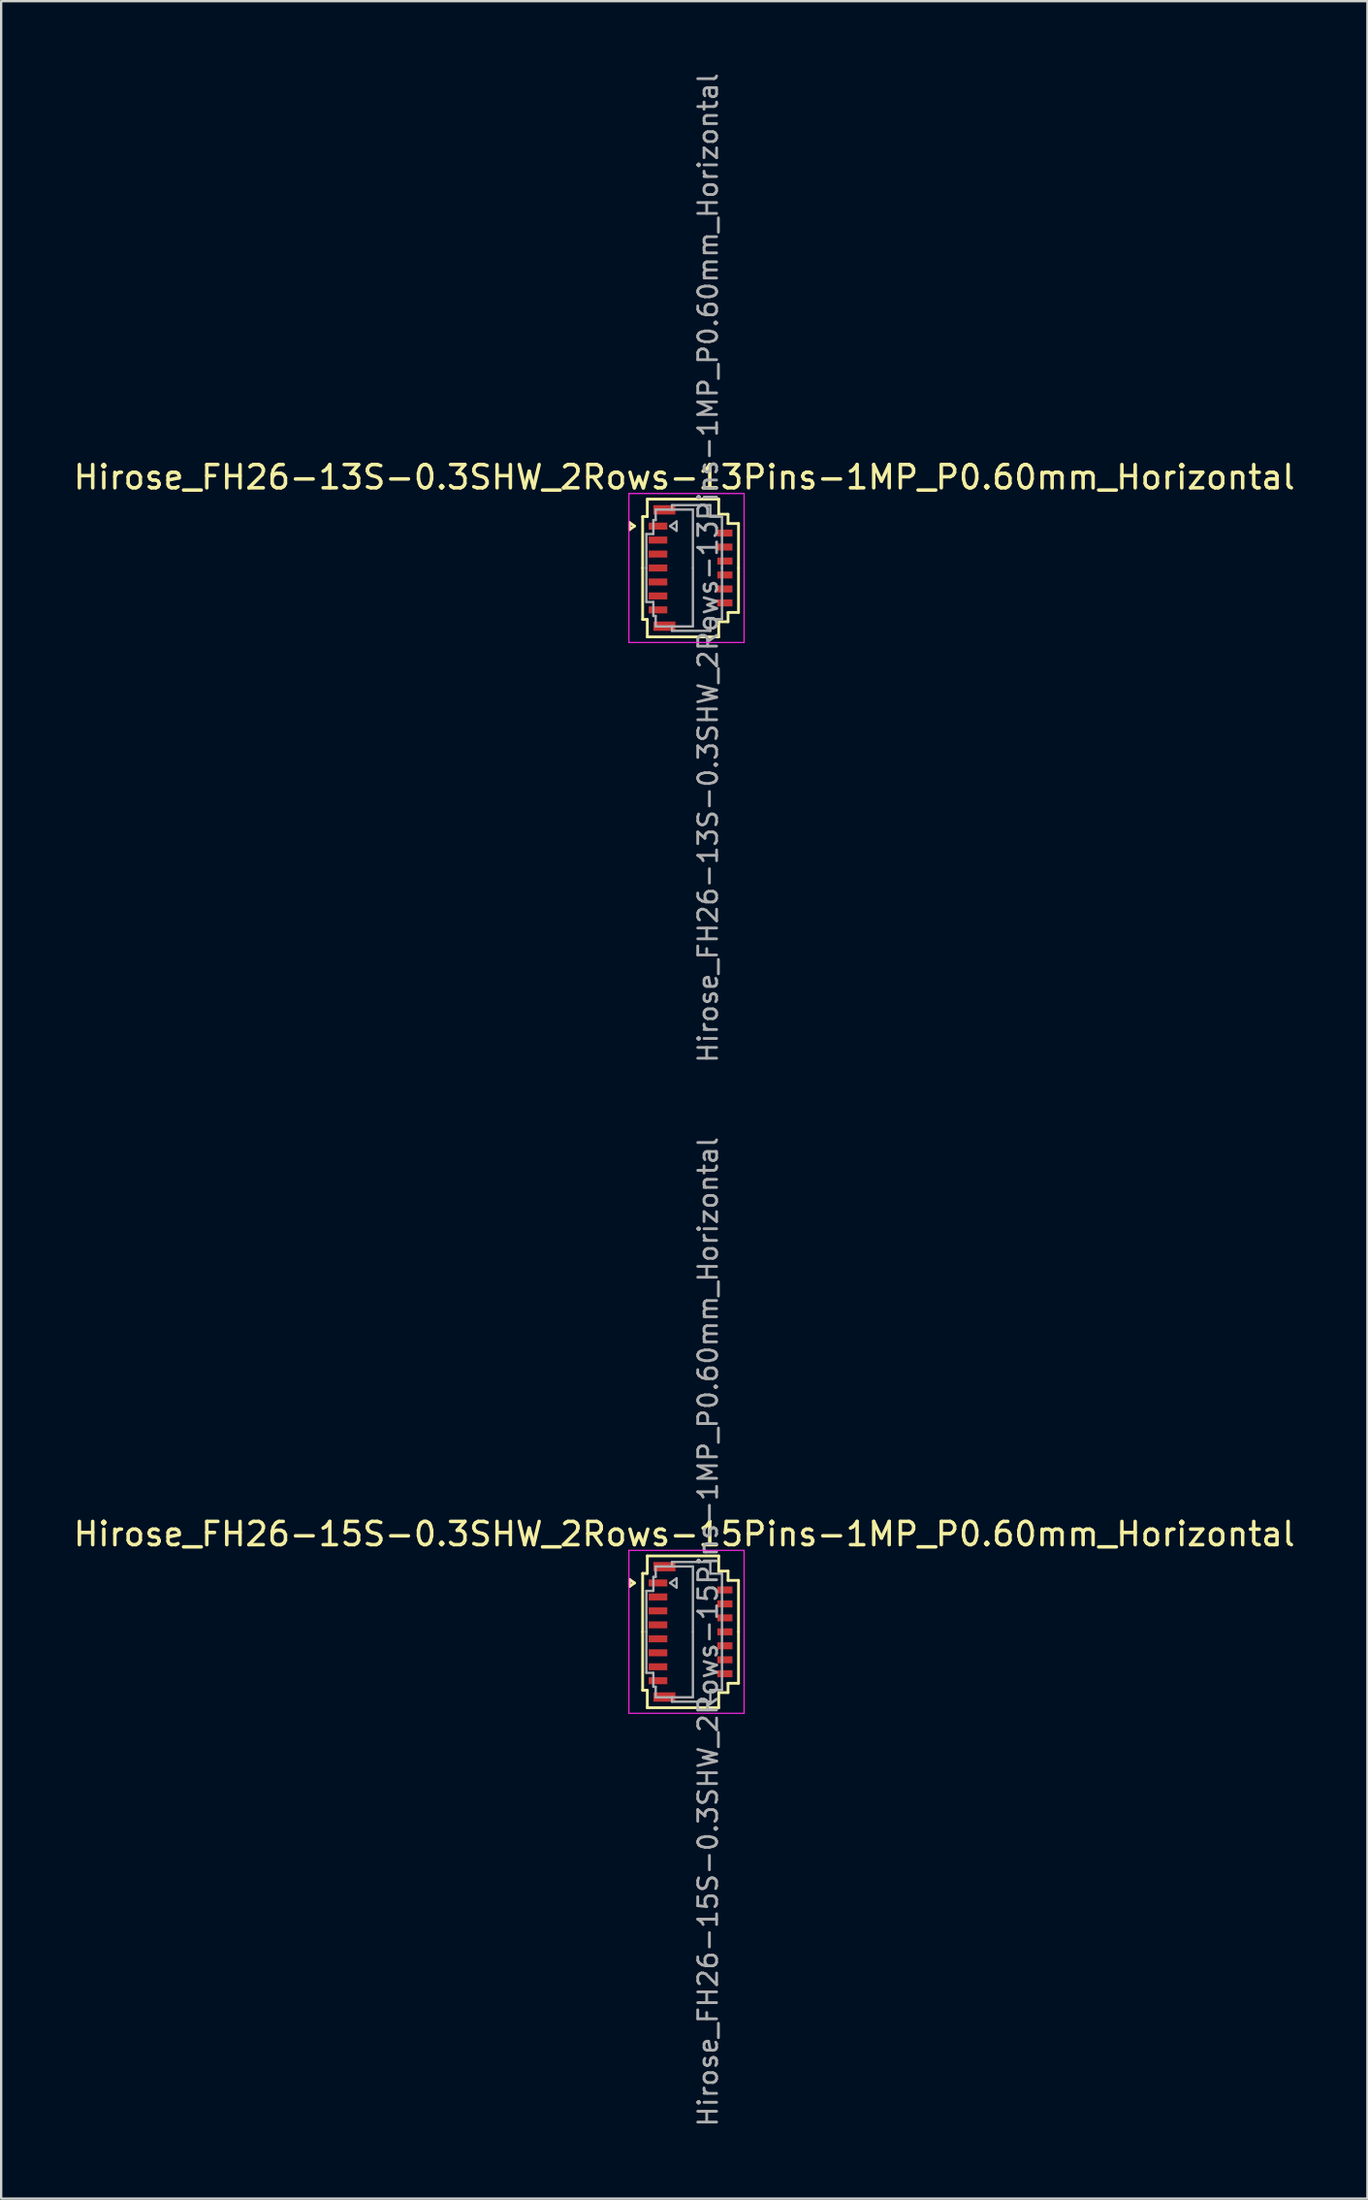
<source format=kicad_pcb>
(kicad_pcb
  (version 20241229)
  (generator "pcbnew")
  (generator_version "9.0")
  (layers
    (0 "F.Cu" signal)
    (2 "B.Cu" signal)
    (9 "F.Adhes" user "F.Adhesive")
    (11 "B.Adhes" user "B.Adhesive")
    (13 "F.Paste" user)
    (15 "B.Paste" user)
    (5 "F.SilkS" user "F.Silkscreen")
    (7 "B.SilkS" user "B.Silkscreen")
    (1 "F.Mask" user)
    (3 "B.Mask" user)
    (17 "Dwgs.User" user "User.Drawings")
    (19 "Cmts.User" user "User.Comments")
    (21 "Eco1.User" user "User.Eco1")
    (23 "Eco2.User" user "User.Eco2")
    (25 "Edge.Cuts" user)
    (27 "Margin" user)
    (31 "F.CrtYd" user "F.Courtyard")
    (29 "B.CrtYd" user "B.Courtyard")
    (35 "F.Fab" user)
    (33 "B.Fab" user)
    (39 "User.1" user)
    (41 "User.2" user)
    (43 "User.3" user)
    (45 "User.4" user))
  (footprint "Hirose_FH26-13S-0.3SHW_2Rows-13Pins-1MP_P0.60mm_Horizontal"
    (layer "F.Cu")
    (at 26.633 21.352)
    (property "Reference" "Hirose_FH26-13S-0.3SHW_2Rows-13Pins-1MP_P0.60mm_Horizontal" (at -0.27 -3.9 0) (layer "F.SilkS") (effects (font (size 1 1) (thickness 0.15))))
    (attr smd)
    (fp_line (start -2.622 -1.95) (end -2.41 -1.8) (stroke (width 0.12) (type solid)) (layer "F.SilkS"))
    (fp_line (start -2.622 -1.65) (end -2.622 -1.95) (stroke (width 0.12) (type solid)) (layer "F.SilkS"))
    (fp_line (start -2.41 -1.8) (end -2.622 -1.65) (stroke (width 0.12) (type solid)) (layer "F.SilkS"))
    (fp_line (start -2.06 -2.21) (end -2.06 0) (stroke (width 0.12) (type solid)) (layer "F.SilkS"))
    (fp_line (start -2.06 2.21) (end -2.06 0) (stroke (width 0.12) (type solid)) (layer "F.SilkS"))
    (fp_line (start -1.86 -2.96) (end -1.86 -2.21) (stroke (width 0.12) (type solid)) (layer "F.SilkS"))
    (fp_line (start -1.86 -2.21) (end -2.06 -2.21) (stroke (width 0.12) (type solid)) (layer "F.SilkS"))
    (fp_line (start -1.86 2.21) (end -2.06 2.21) (stroke (width 0.12) (type solid)) (layer "F.SilkS"))
    (fp_line (start -1.86 2.96) (end -1.86 2.21) (stroke (width 0.12) (type solid)) (layer "F.SilkS"))
    (fp_line (start 1.21 -2.96) (end -1.86 -2.96) (stroke (width 0.12) (type solid)) (layer "F.SilkS"))
    (fp_line (start 1.21 -2.31) (end 1.21 -2.96) (stroke (width 0.12) (type solid)) (layer "F.SilkS"))
    (fp_line (start 1.21 2.31) (end 1.21 2.96) (stroke (width 0.12) (type solid)) (layer "F.SilkS"))
    (fp_line (start 1.21 2.96) (end -1.86 2.96) (stroke (width 0.12) (type solid)) (layer "F.SilkS"))
    (fp_line (start 1.61 -2.31) (end 1.21 -2.31) (stroke (width 0.12) (type solid)) (layer "F.SilkS"))
    (fp_line (start 1.61 -1.91) (end 1.61 -2.31) (stroke (width 0.12) (type solid)) (layer "F.SilkS"))
    (fp_line (start 1.61 1.91) (end 1.61 2.31) (stroke (width 0.12) (type solid)) (layer "F.SilkS"))
    (fp_line (start 1.61 2.31) (end 1.21 2.31) (stroke (width 0.12) (type solid)) (layer "F.SilkS"))
    (fp_line (start 2.06 -1.91) (end 1.61 -1.91) (stroke (width 0.12) (type solid)) (layer "F.SilkS"))
    (fp_line (start 2.06 0) (end 2.06 -1.91) (stroke (width 0.12) (type solid)) (layer "F.SilkS"))
    (fp_line (start 2.06 0) (end 2.06 1.91) (stroke (width 0.12) (type solid)) (layer "F.SilkS"))
    (fp_line (start 2.06 1.91) (end 1.61 1.91) (stroke (width 0.12) (type solid)) (layer "F.SilkS"))
    (fp_line (start -2.65 -3.2) (end -2.65 3.2) (stroke (width 0.05) (type solid)) (layer "F.CrtYd"))
    (fp_line (start -2.65 3.2) (end 2.3 3.2) (stroke (width 0.05) (type solid)) (layer "F.CrtYd"))
    (fp_line (start 2.3 -3.2) (end -2.65 -3.2) (stroke (width 0.05) (type solid)) (layer "F.CrtYd"))
    (fp_line (start 2.3 3.2) (end 2.3 -3.2) (stroke (width 0.05) (type solid)) (layer "F.CrtYd"))
    (fp_line (start -1.9 -1.46) (end -1.6 -1.46) (stroke (width 0.1) (type solid)) (layer "F.Fab"))
    (fp_line (start -1.9 0) (end -1.9 -1.46) (stroke (width 0.1) (type solid)) (layer "F.Fab"))
    (fp_line (start -1.9 0) (end -1.9 1.46) (stroke (width 0.1) (type solid)) (layer "F.Fab"))
    (fp_line (start -1.9 1.46) (end -1.6 1.46) (stroke (width 0.1) (type solid)) (layer "F.Fab"))
    (fp_line (start -1.6 -2.06) (end -1.5 -2.06) (stroke (width 0.1) (type solid)) (layer "F.Fab"))
    (fp_line (start -1.6 -1.46) (end -1.6 -2.06) (stroke (width 0.1) (type solid)) (layer "F.Fab"))
    (fp_line (start -1.6 1.46) (end -1.6 2.06) (stroke (width 0.1) (type solid)) (layer "F.Fab"))
    (fp_line (start -1.6 2.06) (end -1.5 2.06) (stroke (width 0.1) (type solid)) (layer "F.Fab"))
    (fp_line (start -1.5 -2.51) (end -0.8 -2.51) (stroke (width 0.1) (type solid)) (layer "F.Fab"))
    (fp_line (start -1.5 -2.06) (end -1.5 -2.51) (stroke (width 0.1) (type solid)) (layer "F.Fab"))
    (fp_line (start -1.5 2.06) (end -1.5 2.51) (stroke (width 0.1) (type solid)) (layer "F.Fab"))
    (fp_line (start -1.5 2.51) (end -0.8 2.51) (stroke (width 0.1) (type solid)) (layer "F.Fab"))
    (fp_line (start -0.883 -1.8) (end -0.6 -1.6) (stroke (width 0.1) (type solid)) (layer "F.Fab"))
    (fp_line (start -0.8 -2.7) (end 0.85 -2.7) (stroke (width 0.1) (type solid)) (layer "F.Fab"))
    (fp_line (start -0.8 -2.51) (end -0.8 -2.7) (stroke (width 0.1) (type solid)) (layer "F.Fab"))
    (fp_line (start -0.8 2.51) (end -0.8 2.7) (stroke (width 0.1) (type solid)) (layer "F.Fab"))
    (fp_line (start -0.8 2.7) (end 0.85 2.7) (stroke (width 0.1) (type solid)) (layer "F.Fab"))
    (fp_line (start -0.6 -2) (end -0.883 -1.8) (stroke (width 0.1) (type solid)) (layer "F.Fab"))
    (fp_line (start -0.6 -1.6) (end -0.6 -2) (stroke (width 0.1) (type solid)) (layer "F.Fab"))
    (fp_line (start 0.1 -2.51) (end -0.8 -2.51) (stroke (width 0.1) (type solid)) (layer "F.Fab"))
    (fp_line (start 0.1 0) (end 0.1 -2.51) (stroke (width 0.1) (type solid)) (layer "F.Fab"))
    (fp_line (start 0.1 0) (end 0.1 2.51) (stroke (width 0.1) (type solid)) (layer "F.Fab"))
    (fp_line (start 0.1 2.51) (end -0.8 2.51) (stroke (width 0.1) (type solid)) (layer "F.Fab"))
    (fp_line (start 0.85 -2.7) (end 0.85 -2.2) (stroke (width 0.1) (type solid)) (layer "F.Fab"))
    (fp_line (start 0.85 -2.2) (end 1.35 -2.2) (stroke (width 0.1) (type solid)) (layer "F.Fab"))
    (fp_line (start 0.85 2.2) (end 1.35 2.2) (stroke (width 0.1) (type solid)) (layer "F.Fab"))
    (fp_line (start 0.85 2.7) (end 0.85 2.2) (stroke (width 0.1) (type solid)) (layer "F.Fab"))
    (fp_line (start 1.35 -2.2) (end 1.35 0) (stroke (width 0.1) (type solid)) (layer "F.Fab"))
    (fp_line (start 1.35 2.2) (end 1.35 0) (stroke (width 0.1) (type solid)) (layer "F.Fab"))
    (fp_text user "${REFERENCE}" (at 0.75 0 90) (layer "F.Fab") (effects (font (size 0.81 0.81) (thickness 0.12))))
    (pad "1" smd rect (at -1.4 -1.8) (size 0.8 0.3) (layers "F.Cu" "F.Mask" "F.Paste"))
    (pad "2" smd rect (at 1.475 -1.5) (size 0.65 0.3) (layers "F.Cu" "F.Mask" "F.Paste"))
    (pad "3" smd rect (at -1.4 -1.2) (size 0.8 0.3) (layers "F.Cu" "F.Mask" "F.Paste"))
    (pad "4" smd rect (at 1.475 -0.9) (size 0.65 0.3) (layers "F.Cu" "F.Mask" "F.Paste"))
    (pad "5" smd rect (at -1.4 -0.6) (size 0.8 0.3) (layers "F.Cu" "F.Mask" "F.Paste"))
    (pad "6" smd rect (at 1.475 -0.3) (size 0.65 0.3) (layers "F.Cu" "F.Mask" "F.Paste"))
    (pad "7" smd rect (at -1.4 0) (size 0.8 0.3) (layers "F.Cu" "F.Mask" "F.Paste"))
    (pad "8" smd rect (at 1.475 0.3) (size 0.65 0.3) (layers "F.Cu" "F.Mask" "F.Paste"))
    (pad "9" smd rect (at -1.4 0.6) (size 0.8 0.3) (layers "F.Cu" "F.Mask" "F.Paste"))
    (pad "10" smd rect (at 1.475 0.9) (size 0.65 0.3) (layers "F.Cu" "F.Mask" "F.Paste"))
    (pad "11" smd rect (at -1.4 1.2) (size 0.8 0.3) (layers "F.Cu" "F.Mask" "F.Paste"))
    (pad "12" smd rect (at 1.475 1.5) (size 0.65 0.3) (layers "F.Cu" "F.Mask" "F.Paste"))
    (pad "13" smd rect (at -1.4 1.8) (size 0.8 0.3) (layers "F.Cu" "F.Mask" "F.Paste"))
    (pad "MP" smd rect (at -1.125 -2.5) (size 0.95 0.4) (layers "F.Cu" "F.Mask" "F.Paste"))
    (pad "MP" smd rect (at -1.125 2.5) (size 0.95 0.4) (layers "F.Cu" "F.Mask" "F.Paste")))
  (footprint "Hirose_FH26-15S-0.3SHW_2Rows-15Pins-1MP_P0.60mm_Horizontal"
    (layer "F.Cu")
    (at 26.633 67.056)
    (property "Reference" "Hirose_FH26-15S-0.3SHW_2Rows-15Pins-1MP_P0.60mm_Horizontal" (at -0.27 -4.2 0) (layer "F.SilkS") (effects (font (size 1 1) (thickness 0.15))))
    (attr smd)
    (fp_line (start -2.622 -2.25) (end -2.41 -2.1) (stroke (width 0.12) (type solid)) (layer "F.SilkS"))
    (fp_line (start -2.622 -1.95) (end -2.622 -2.25) (stroke (width 0.12) (type solid)) (layer "F.SilkS"))
    (fp_line (start -2.41 -2.1) (end -2.622 -1.95) (stroke (width 0.12) (type solid)) (layer "F.SilkS"))
    (fp_line (start -2.06 -2.51) (end -2.06 0) (stroke (width 0.12) (type solid)) (layer "F.SilkS"))
    (fp_line (start -2.06 2.51) (end -2.06 0) (stroke (width 0.12) (type solid)) (layer "F.SilkS"))
    (fp_line (start -1.86 -3.26) (end -1.86 -2.51) (stroke (width 0.12) (type solid)) (layer "F.SilkS"))
    (fp_line (start -1.86 -2.51) (end -2.06 -2.51) (stroke (width 0.12) (type solid)) (layer "F.SilkS"))
    (fp_line (start -1.86 2.51) (end -2.06 2.51) (stroke (width 0.12) (type solid)) (layer "F.SilkS"))
    (fp_line (start -1.86 3.26) (end -1.86 2.51) (stroke (width 0.12) (type solid)) (layer "F.SilkS"))
    (fp_line (start 1.21 -3.26) (end -1.86 -3.26) (stroke (width 0.12) (type solid)) (layer "F.SilkS"))
    (fp_line (start 1.21 -2.61) (end 1.21 -3.26) (stroke (width 0.12) (type solid)) (layer "F.SilkS"))
    (fp_line (start 1.21 2.61) (end 1.21 3.26) (stroke (width 0.12) (type solid)) (layer "F.SilkS"))
    (fp_line (start 1.21 3.26) (end -1.86 3.26) (stroke (width 0.12) (type solid)) (layer "F.SilkS"))
    (fp_line (start 1.61 -2.61) (end 1.21 -2.61) (stroke (width 0.12) (type solid)) (layer "F.SilkS"))
    (fp_line (start 1.61 -2.21) (end 1.61 -2.61) (stroke (width 0.12) (type solid)) (layer "F.SilkS"))
    (fp_line (start 1.61 2.21) (end 1.61 2.61) (stroke (width 0.12) (type solid)) (layer "F.SilkS"))
    (fp_line (start 1.61 2.61) (end 1.21 2.61) (stroke (width 0.12) (type solid)) (layer "F.SilkS"))
    (fp_line (start 2.06 -2.21) (end 1.61 -2.21) (stroke (width 0.12) (type solid)) (layer "F.SilkS"))
    (fp_line (start 2.06 0) (end 2.06 -2.21) (stroke (width 0.12) (type solid)) (layer "F.SilkS"))
    (fp_line (start 2.06 0) (end 2.06 2.21) (stroke (width 0.12) (type solid)) (layer "F.SilkS"))
    (fp_line (start 2.06 2.21) (end 1.61 2.21) (stroke (width 0.12) (type solid)) (layer "F.SilkS"))
    (fp_line (start -2.65 -3.5) (end -2.65 3.5) (stroke (width 0.05) (type solid)) (layer "F.CrtYd"))
    (fp_line (start -2.65 3.5) (end 2.3 3.5) (stroke (width 0.05) (type solid)) (layer "F.CrtYd"))
    (fp_line (start 2.3 -3.5) (end -2.65 -3.5) (stroke (width 0.05) (type solid)) (layer "F.CrtYd"))
    (fp_line (start 2.3 3.5) (end 2.3 -3.5) (stroke (width 0.05) (type solid)) (layer "F.CrtYd"))
    (fp_line (start -1.9 -1.76) (end -1.6 -1.76) (stroke (width 0.1) (type solid)) (layer "F.Fab"))
    (fp_line (start -1.9 0) (end -1.9 -1.76) (stroke (width 0.1) (type solid)) (layer "F.Fab"))
    (fp_line (start -1.9 0) (end -1.9 1.76) (stroke (width 0.1) (type solid)) (layer "F.Fab"))
    (fp_line (start -1.9 1.76) (end -1.6 1.76) (stroke (width 0.1) (type solid)) (layer "F.Fab"))
    (fp_line (start -1.6 -2.36) (end -1.5 -2.36) (stroke (width 0.1) (type solid)) (layer "F.Fab"))
    (fp_line (start -1.6 -1.76) (end -1.6 -2.36) (stroke (width 0.1) (type solid)) (layer "F.Fab"))
    (fp_line (start -1.6 1.76) (end -1.6 2.36) (stroke (width 0.1) (type solid)) (layer "F.Fab"))
    (fp_line (start -1.6 2.36) (end -1.5 2.36) (stroke (width 0.1) (type solid)) (layer "F.Fab"))
    (fp_line (start -1.5 -2.81) (end -0.8 -2.81) (stroke (width 0.1) (type solid)) (layer "F.Fab"))
    (fp_line (start -1.5 -2.36) (end -1.5 -2.81) (stroke (width 0.1) (type solid)) (layer "F.Fab"))
    (fp_line (start -1.5 2.36) (end -1.5 2.81) (stroke (width 0.1) (type solid)) (layer "F.Fab"))
    (fp_line (start -1.5 2.81) (end -0.8 2.81) (stroke (width 0.1) (type solid)) (layer "F.Fab"))
    (fp_line (start -0.883 -2.1) (end -0.6 -1.9) (stroke (width 0.1) (type solid)) (layer "F.Fab"))
    (fp_line (start -0.8 -3) (end 0.85 -3) (stroke (width 0.1) (type solid)) (layer "F.Fab"))
    (fp_line (start -0.8 -2.81) (end -0.8 -3) (stroke (width 0.1) (type solid)) (layer "F.Fab"))
    (fp_line (start -0.8 2.81) (end -0.8 3) (stroke (width 0.1) (type solid)) (layer "F.Fab"))
    (fp_line (start -0.8 3) (end 0.85 3) (stroke (width 0.1) (type solid)) (layer "F.Fab"))
    (fp_line (start -0.6 -2.3) (end -0.883 -2.1) (stroke (width 0.1) (type solid)) (layer "F.Fab"))
    (fp_line (start -0.6 -1.9) (end -0.6 -2.3) (stroke (width 0.1) (type solid)) (layer "F.Fab"))
    (fp_line (start 0.1 -2.81) (end -0.8 -2.81) (stroke (width 0.1) (type solid)) (layer "F.Fab"))
    (fp_line (start 0.1 0) (end 0.1 -2.81) (stroke (width 0.1) (type solid)) (layer "F.Fab"))
    (fp_line (start 0.1 0) (end 0.1 2.81) (stroke (width 0.1) (type solid)) (layer "F.Fab"))
    (fp_line (start 0.1 2.81) (end -0.8 2.81) (stroke (width 0.1) (type solid)) (layer "F.Fab"))
    (fp_line (start 0.85 -3) (end 0.85 -2.5) (stroke (width 0.1) (type solid)) (layer "F.Fab"))
    (fp_line (start 0.85 -2.5) (end 1.35 -2.5) (stroke (width 0.1) (type solid)) (layer "F.Fab"))
    (fp_line (start 0.85 2.5) (end 1.35 2.5) (stroke (width 0.1) (type solid)) (layer "F.Fab"))
    (fp_line (start 0.85 3) (end 0.85 2.5) (stroke (width 0.1) (type solid)) (layer "F.Fab"))
    (fp_line (start 1.35 -2.5) (end 1.35 0) (stroke (width 0.1) (type solid)) (layer "F.Fab"))
    (fp_line (start 1.35 2.5) (end 1.35 0) (stroke (width 0.1) (type solid)) (layer "F.Fab"))
    (fp_text user "${REFERENCE}" (at 0.75 0 90) (layer "F.Fab") (effects (font (size 0.81 0.81) (thickness 0.12))))
    (pad "1" smd rect (at -1.4 -2.1) (size 0.8 0.3) (layers "F.Cu" "F.Mask" "F.Paste"))
    (pad "2" smd rect (at 1.475 -1.8) (size 0.65 0.3) (layers "F.Cu" "F.Mask" "F.Paste"))
    (pad "3" smd rect (at -1.4 -1.5) (size 0.8 0.3) (layers "F.Cu" "F.Mask" "F.Paste"))
    (pad "4" smd rect (at 1.475 -1.2) (size 0.65 0.3) (layers "F.Cu" "F.Mask" "F.Paste"))
    (pad "5" smd rect (at -1.4 -0.9) (size 0.8 0.3) (layers "F.Cu" "F.Mask" "F.Paste"))
    (pad "6" smd rect (at 1.475 -0.6) (size 0.65 0.3) (layers "F.Cu" "F.Mask" "F.Paste"))
    (pad "7" smd rect (at -1.4 -0.3) (size 0.8 0.3) (layers "F.Cu" "F.Mask" "F.Paste"))
    (pad "8" smd rect (at 1.475 0) (size 0.65 0.3) (layers "F.Cu" "F.Mask" "F.Paste"))
    (pad "9" smd rect (at -1.4 0.3) (size 0.8 0.3) (layers "F.Cu" "F.Mask" "F.Paste"))
    (pad "10" smd rect (at 1.475 0.6) (size 0.65 0.3) (layers "F.Cu" "F.Mask" "F.Paste"))
    (pad "11" smd rect (at -1.4 0.9) (size 0.8 0.3) (layers "F.Cu" "F.Mask" "F.Paste"))
    (pad "12" smd rect (at 1.475 1.2) (size 0.65 0.3) (layers "F.Cu" "F.Mask" "F.Paste"))
    (pad "13" smd rect (at -1.4 1.5) (size 0.8 0.3) (layers "F.Cu" "F.Mask" "F.Paste"))
    (pad "14" smd rect (at 1.475 1.8) (size 0.65 0.3) (layers "F.Cu" "F.Mask" "F.Paste"))
    (pad "15" smd rect (at -1.4 2.1) (size 0.8 0.3) (layers "F.Cu" "F.Mask" "F.Paste"))
    (pad "MP" smd rect (at -1.125 -2.8) (size 0.95 0.4) (layers "F.Cu" "F.Mask" "F.Paste"))
    (pad "MP" smd rect (at -1.125 2.8) (size 0.95 0.4) (layers "F.Cu" "F.Mask" "F.Paste")))
  (gr_rect
    (start -3 -3)
    (end 55.726 91.407)
    (stroke (width 0.1) (type default))
    (fill no)
    (layer "Edge.Cuts")))
</source>
